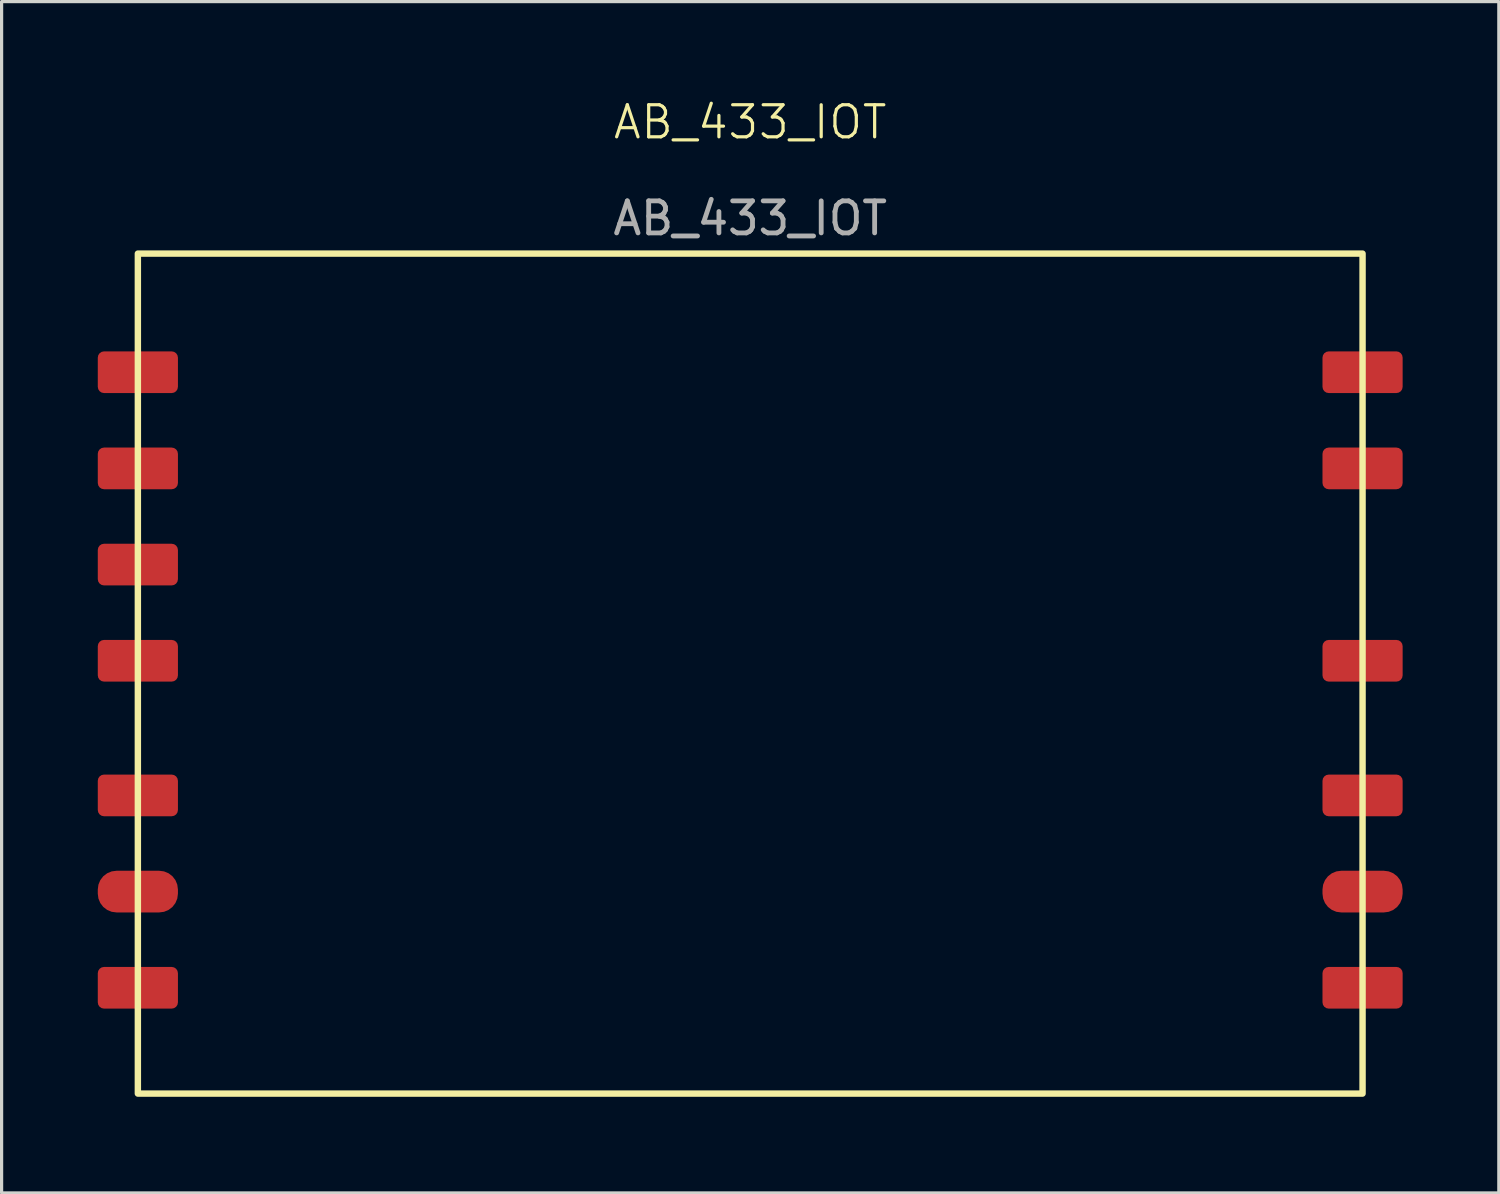
<source format=kicad_pcb>
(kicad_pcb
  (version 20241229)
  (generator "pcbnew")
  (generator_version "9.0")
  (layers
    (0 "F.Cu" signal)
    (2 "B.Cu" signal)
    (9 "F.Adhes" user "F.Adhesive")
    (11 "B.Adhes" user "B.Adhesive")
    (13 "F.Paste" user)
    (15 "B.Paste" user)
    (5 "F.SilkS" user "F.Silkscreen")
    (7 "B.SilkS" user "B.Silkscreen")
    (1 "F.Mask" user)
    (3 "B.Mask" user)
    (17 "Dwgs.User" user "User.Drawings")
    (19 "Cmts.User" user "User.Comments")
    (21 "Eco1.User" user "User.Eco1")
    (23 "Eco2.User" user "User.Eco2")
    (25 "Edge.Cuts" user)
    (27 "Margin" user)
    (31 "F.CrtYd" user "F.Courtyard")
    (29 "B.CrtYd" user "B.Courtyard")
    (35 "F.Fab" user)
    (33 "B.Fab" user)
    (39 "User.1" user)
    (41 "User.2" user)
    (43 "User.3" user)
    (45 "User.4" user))
  (footprint "AB_433_IOT"
    (layer "F.Cu")
    (at 20.35 17.96)
    (property "Reference" "AB_433_IOT" (at 0 -17.2 0) (unlocked yes) (layer "F.SilkS") (effects (font (size 1 1) (thickness 0.1))))
    (attr smd)
    (fp_rect (start -19.1 -13.1) (end 19.1 13.1) (stroke (width 0.2) (type default)) (fill no) (layer "F.SilkS"))
    (fp_text user "${REFERENCE}" (at 0 -14.2 0) (unlocked yes) (layer "F.Fab") (effects (font (size 1 1) (thickness 0.15))))
    (pad "1" smd roundrect (at -19.1 -9.4) (size 2.5 1.3) (layers "F.Cu" "F.Mask" "F.Paste") (roundrect_rratio 0.15))
    (pad "2" smd roundrect (at -19.1 -6.4) (size 2.5 1.3) (layers "F.Cu" "F.Mask" "F.Paste") (roundrect_rratio 0.15))
    (pad "3" smd roundrect (at -19.1 -3.4) (size 2.5 1.3) (layers "F.Cu" "F.Mask" "F.Paste") (roundrect_rratio 0.15))
    (pad "4" smd roundrect (at -19.1 -0.4) (size 2.5 1.3) (layers "F.Cu" "F.Mask" "F.Paste") (roundrect_rratio 0.15))
    (pad "5" smd roundrect (at -19.1 3.8) (size 2.5 1.3) (layers "F.Cu" "F.Mask" "F.Paste") (roundrect_rratio 0.15))
    (pad "6" smd roundrect (at -19.1 6.8) (size 2.5 1.3) (layers "F.Cu" "F.Mask" "F.Paste") (roundrect_rratio 0.45))
    (pad "7" smd roundrect (at -19.1 9.8) (size 2.5 1.3) (layers "F.Cu" "F.Mask" "F.Paste") (roundrect_rratio 0.15))
    (pad "8" smd roundrect (at 19.1 -9.4) (size 2.5 1.3) (layers "F.Cu" "F.Mask" "F.Paste") (roundrect_rratio 0.15))
    (pad "9" smd roundrect (at 19.1 -6.4) (size 2.5 1.3) (layers "F.Cu" "F.Mask" "F.Paste") (roundrect_rratio 0.15))
    (pad "10" smd roundrect (at 19.1 -0.4) (size 2.5 1.3) (layers "F.Cu" "F.Mask" "F.Paste") (roundrect_rratio 0.15))
    (pad "11" smd roundrect (at 19.1 3.8) (size 2.5 1.3) (layers "F.Cu" "F.Mask" "F.Paste") (roundrect_rratio 0.15))
    (pad "12" smd roundrect (at 19.1 6.8) (size 2.5 1.3) (layers "F.Cu" "F.Mask" "F.Paste") (roundrect_rratio 0.45))
    (pad "13" smd roundrect (at 19.1 9.8) (size 2.5 1.3) (layers "F.Cu" "F.Mask" "F.Paste") (roundrect_rratio 0.15)))
  (gr_rect
    (start -3 -3)
    (end 43.7 34.16)
    (stroke (width 0.1) (type default))
    (fill no)
    (layer "Edge.Cuts")))
</source>
